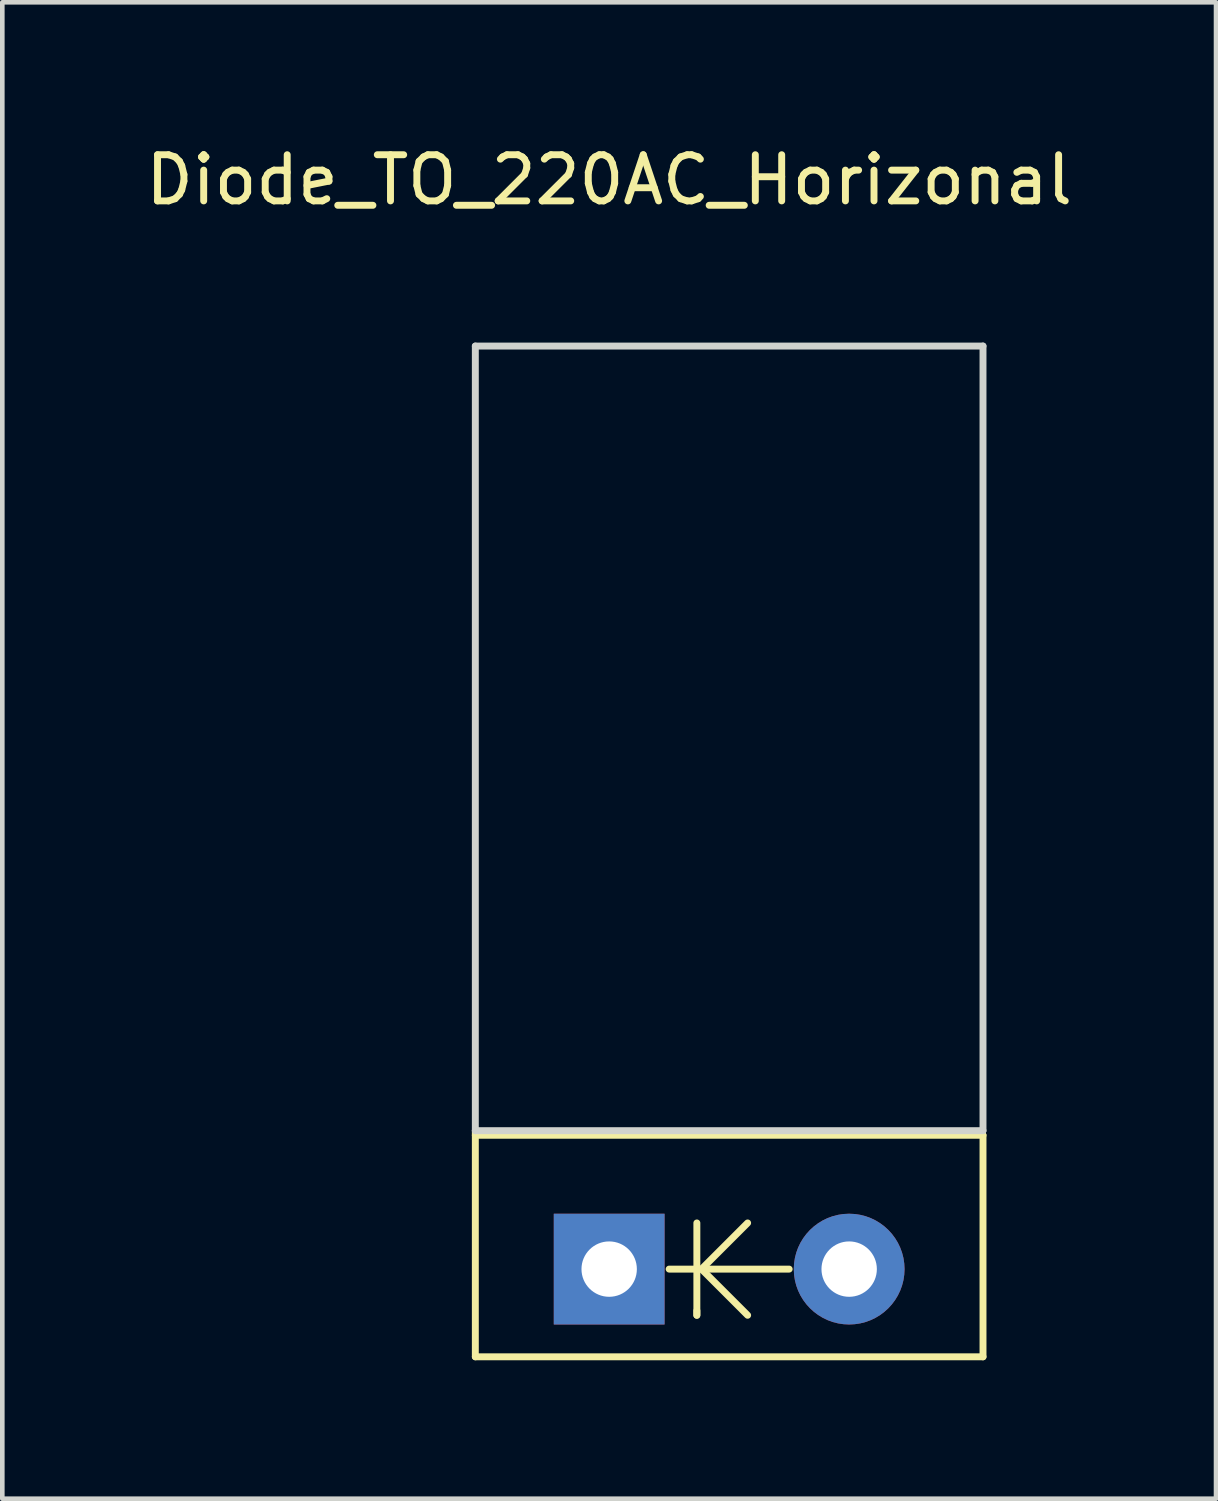
<source format=kicad_pcb>
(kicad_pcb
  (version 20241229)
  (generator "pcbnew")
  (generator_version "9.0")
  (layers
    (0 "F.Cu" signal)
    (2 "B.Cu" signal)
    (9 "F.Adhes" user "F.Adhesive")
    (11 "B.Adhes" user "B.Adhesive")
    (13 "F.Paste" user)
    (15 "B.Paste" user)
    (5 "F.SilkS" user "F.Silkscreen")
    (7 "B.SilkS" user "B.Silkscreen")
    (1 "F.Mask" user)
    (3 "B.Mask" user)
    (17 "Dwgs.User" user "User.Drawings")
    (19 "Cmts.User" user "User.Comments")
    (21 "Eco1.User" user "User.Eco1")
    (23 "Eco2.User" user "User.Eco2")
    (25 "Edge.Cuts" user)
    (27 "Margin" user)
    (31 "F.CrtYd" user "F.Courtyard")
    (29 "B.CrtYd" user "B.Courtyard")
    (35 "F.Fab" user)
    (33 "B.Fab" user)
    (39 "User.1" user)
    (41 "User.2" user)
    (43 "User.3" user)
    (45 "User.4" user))
  (footprint "Diode_TO_220AC_Horizonal"
    (layer "F.Cu")
    (at 10.149 24.448)
    (property "Reference" "Diode_TO_220AC_Horizonal" (at 0 -23.6 0) (layer "F.SilkS") (effects (font (size 1 1) (thickness 0.15))))
    (attr through_hole)
    (fp_line (start -2.9 -3) (end -2.9 1.9) (stroke (width 0.15) (type solid)) (layer "F.SilkS"))
    (fp_line (start -2.9 1.9) (end 8.1 1.9) (stroke (width 0.15) (type solid)) (layer "F.SilkS"))
    (fp_line (start 1.9 -1) (end 1.9 1) (stroke (width 0.15) (type solid)) (layer "F.SilkS"))
    (fp_line (start 1.9 0) (end 1.3 0) (stroke (width 0.15) (type solid)) (layer "F.SilkS"))
    (fp_line (start 1.9 1) (end 1.9 0.9) (stroke (width 0.15) (type solid)) (layer "F.SilkS"))
    (fp_line (start 2 0) (end 3 -1) (stroke (width 0.15) (type solid)) (layer "F.SilkS"))
    (fp_line (start 2 0) (end 3 1) (stroke (width 0.15) (type solid)) (layer "F.SilkS"))
    (fp_line (start 2.1 0) (end 3.9 0) (stroke (width 0.15) (type solid)) (layer "F.SilkS"))
    (fp_line (start 8.1 -2.9) (end -2.9 -2.9) (stroke (width 0.15) (type solid)) (layer "F.SilkS"))
    (fp_line (start 8.1 1.9) (end 8.1 -2.9) (stroke (width 0.15) (type solid)) (layer "F.SilkS"))
    (fp_line (start -2.9 -20) (end 8.1 -20) (stroke (width 0.15) (type solid)) (layer "Edge.Cuts"))
    (fp_line (start -2.9 -3) (end -2.9 -20) (stroke (width 0.15) (type solid)) (layer "Edge.Cuts"))
    (fp_line (start 8.1 -20) (end 8.1 -3) (stroke (width 0.15) (type solid)) (layer "Edge.Cuts"))
    (fp_line (start 8.1 -3) (end -2.9 -3) (stroke (width 0.15) (type solid)) (layer "Edge.Cuts"))
    (pad "1" thru_hole rect (at 0 0) (size 2.4 2.4) (drill 1.2) (layers "*.Cu" "*.Mask"))
    (pad "2" thru_hole circle (at 5.2 0) (size 2.4 2.4) (drill 1.2) (layers "*.Cu" "*.Mask")))
  (gr_rect
    (start -3 -3)
    (end 23.298 29.423)
    (stroke (width 0.1) (type default))
    (fill no)
    (layer "Edge.Cuts")))
</source>
